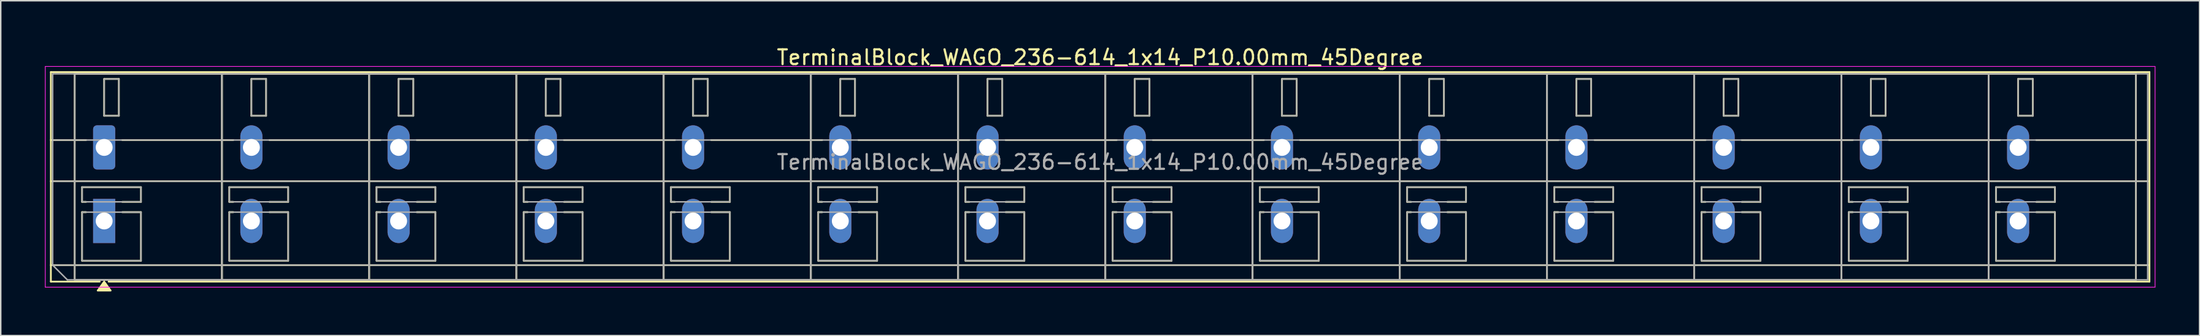
<source format=kicad_pcb>
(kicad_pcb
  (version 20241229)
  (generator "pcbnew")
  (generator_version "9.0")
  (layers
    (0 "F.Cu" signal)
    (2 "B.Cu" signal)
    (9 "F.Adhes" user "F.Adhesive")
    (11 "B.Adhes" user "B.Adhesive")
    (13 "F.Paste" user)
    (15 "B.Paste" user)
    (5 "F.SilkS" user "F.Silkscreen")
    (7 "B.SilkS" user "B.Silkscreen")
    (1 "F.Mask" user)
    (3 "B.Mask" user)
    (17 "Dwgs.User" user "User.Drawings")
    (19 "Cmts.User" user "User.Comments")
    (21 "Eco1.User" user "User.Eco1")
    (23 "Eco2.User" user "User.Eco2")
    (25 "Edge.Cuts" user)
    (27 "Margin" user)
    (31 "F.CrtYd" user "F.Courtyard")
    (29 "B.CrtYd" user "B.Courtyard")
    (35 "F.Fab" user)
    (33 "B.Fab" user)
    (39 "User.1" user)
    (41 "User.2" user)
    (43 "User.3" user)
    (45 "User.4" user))
  (footprint "TerminalBlock_WAGO_236-614_1x14_P10.00mm_45Degree"
    (layer "F.Cu")
    (at 4.025 6.968)
    (property "Reference" "TerminalBlock_WAGO_236-614_1x14_P10.00mm_45Degree" (at 67.65 -6.12 0) (layer "F.SilkS") (effects (font (size 1 1) (thickness 0.15))))
    (attr through_hole)
    (fp_line (start -3.62 -5.12) (end 138.92 -5.12) (stroke (width 0.12) (type solid)) (layer "F.SilkS"))
    (fp_line (start -3.62 -0.5) (end -1.23 -0.5) (stroke (width 0.12) (type solid)) (layer "F.SilkS"))
    (fp_line (start -3.62 2.3) (end 138.92 2.3) (stroke (width 0.12) (type solid)) (layer "F.SilkS"))
    (fp_line (start -3.62 8) (end 138.92 8) (stroke (width 0.12) (type solid)) (layer "F.SilkS"))
    (fp_line (start -3.62 9.12) (end -3.62 -5.12) (stroke (width 0.12) (type solid)) (layer "F.SilkS"))
    (fp_line (start -2 -5) (end 8 -5) (stroke (width 0.12) (type solid)) (layer "F.SilkS"))
    (fp_line (start -2 9) (end -2 -5) (stroke (width 0.12) (type solid)) (layer "F.SilkS"))
    (fp_line (start -1.5 2.7) (end 2.5 2.7) (stroke (width 0.12) (type solid)) (layer "F.SilkS"))
    (fp_line (start -1.5 3.7) (end -1.5 2.7) (stroke (width 0.12) (type solid)) (layer "F.SilkS"))
    (fp_line (start -1.5 4.4) (end -1.23 4.4) (stroke (width 0.12) (type solid)) (layer "F.SilkS"))
    (fp_line (start -1.5 7.7) (end -1.5 4.4) (stroke (width 0.12) (type solid)) (layer "F.SilkS"))
    (fp_line (start -1.23 3.7) (end -1.5 3.7) (stroke (width 0.12) (type solid)) (layer "F.SilkS"))
    (fp_line (start -0.3 9.12) (end -3.62 9.12) (stroke (width 0.12) (type solid)) (layer "F.SilkS"))
    (fp_line (start 0 -4.65) (end 1 -4.65) (stroke (width 0.12) (type solid)) (layer "F.SilkS"))
    (fp_line (start 0 -2.15) (end 0 -4.65) (stroke (width 0.12) (type solid)) (layer "F.SilkS"))
    (fp_line (start 1 -4.65) (end 1 -2.15) (stroke (width 0.12) (type solid)) (layer "F.SilkS"))
    (fp_line (start 1 -2.15) (end 0 -2.15) (stroke (width 0.12) (type solid)) (layer "F.SilkS"))
    (fp_line (start 1.23 -0.5) (end 8.77 -0.5) (stroke (width 0.12) (type solid)) (layer "F.SilkS"))
    (fp_line (start 1.23 4.4) (end 2.5 4.4) (stroke (width 0.12) (type solid)) (layer "F.SilkS"))
    (fp_line (start 2.5 2.7) (end 2.5 3.7) (stroke (width 0.12) (type solid)) (layer "F.SilkS"))
    (fp_line (start 2.5 3.7) (end 1.23 3.7) (stroke (width 0.12) (type solid)) (layer "F.SilkS"))
    (fp_line (start 2.5 4.4) (end 2.5 7.7) (stroke (width 0.12) (type solid)) (layer "F.SilkS"))
    (fp_line (start 2.5 7.7) (end -1.5 7.7) (stroke (width 0.12) (type solid)) (layer "F.SilkS"))
    (fp_line (start 8 -5) (end 8 9) (stroke (width 0.12) (type solid)) (layer "F.SilkS"))
    (fp_line (start 8 -5) (end 18 -5) (stroke (width 0.12) (type solid)) (layer "F.SilkS"))
    (fp_line (start 8 9) (end -2 9) (stroke (width 0.12) (type solid)) (layer "F.SilkS"))
    (fp_line (start 8 9) (end 8 -5) (stroke (width 0.12) (type solid)) (layer "F.SilkS"))
    (fp_line (start 8.5 2.7) (end 12.5 2.7) (stroke (width 0.12) (type solid)) (layer "F.SilkS"))
    (fp_line (start 8.5 3.7) (end 8.5 2.7) (stroke (width 0.12) (type solid)) (layer "F.SilkS"))
    (fp_line (start 8.5 4.4) (end 8.77 4.4) (stroke (width 0.12) (type solid)) (layer "F.SilkS"))
    (fp_line (start 8.5 7.7) (end 8.5 4.4) (stroke (width 0.12) (type solid)) (layer "F.SilkS"))
    (fp_line (start 8.77 3.7) (end 8.5 3.7) (stroke (width 0.12) (type solid)) (layer "F.SilkS"))
    (fp_line (start 10 -4.65) (end 11 -4.65) (stroke (width 0.12) (type solid)) (layer "F.SilkS"))
    (fp_line (start 10 -2.15) (end 10 -4.65) (stroke (width 0.12) (type solid)) (layer "F.SilkS"))
    (fp_line (start 11 -4.65) (end 11 -2.15) (stroke (width 0.12) (type solid)) (layer "F.SilkS"))
    (fp_line (start 11 -2.15) (end 10 -2.15) (stroke (width 0.12) (type solid)) (layer "F.SilkS"))
    (fp_line (start 11.23 -0.5) (end 18.77 -0.5) (stroke (width 0.12) (type solid)) (layer "F.SilkS"))
    (fp_line (start 11.23 4.4) (end 12.5 4.4) (stroke (width 0.12) (type solid)) (layer "F.SilkS"))
    (fp_line (start 12.5 2.7) (end 12.5 3.7) (stroke (width 0.12) (type solid)) (layer "F.SilkS"))
    (fp_line (start 12.5 3.7) (end 11.23 3.7) (stroke (width 0.12) (type solid)) (layer "F.SilkS"))
    (fp_line (start 12.5 4.4) (end 12.5 7.7) (stroke (width 0.12) (type solid)) (layer "F.SilkS"))
    (fp_line (start 12.5 7.7) (end 8.5 7.7) (stroke (width 0.12) (type solid)) (layer "F.SilkS"))
    (fp_line (start 18 -5) (end 18 9) (stroke (width 0.12) (type solid)) (layer "F.SilkS"))
    (fp_line (start 18 -5) (end 28 -5) (stroke (width 0.12) (type solid)) (layer "F.SilkS"))
    (fp_line (start 18 9) (end 8 9) (stroke (width 0.12) (type solid)) (layer "F.SilkS"))
    (fp_line (start 18 9) (end 18 -5) (stroke (width 0.12) (type solid)) (layer "F.SilkS"))
    (fp_line (start 18.5 2.7) (end 22.5 2.7) (stroke (width 0.12) (type solid)) (layer "F.SilkS"))
    (fp_line (start 18.5 3.7) (end 18.5 2.7) (stroke (width 0.12) (type solid)) (layer "F.SilkS"))
    (fp_line (start 18.5 4.4) (end 18.77 4.4) (stroke (width 0.12) (type solid)) (layer "F.SilkS"))
    (fp_line (start 18.5 7.7) (end 18.5 4.4) (stroke (width 0.12) (type solid)) (layer "F.SilkS"))
    (fp_line (start 18.77 3.7) (end 18.5 3.7) (stroke (width 0.12) (type solid)) (layer "F.SilkS"))
    (fp_line (start 20 -4.65) (end 21 -4.65) (stroke (width 0.12) (type solid)) (layer "F.SilkS"))
    (fp_line (start 20 -2.15) (end 20 -4.65) (stroke (width 0.12) (type solid)) (layer "F.SilkS"))
    (fp_line (start 21 -4.65) (end 21 -2.15) (stroke (width 0.12) (type solid)) (layer "F.SilkS"))
    (fp_line (start 21 -2.15) (end 20 -2.15) (stroke (width 0.12) (type solid)) (layer "F.SilkS"))
    (fp_line (start 21.23 -0.5) (end 28.77 -0.5) (stroke (width 0.12) (type solid)) (layer "F.SilkS"))
    (fp_line (start 21.23 4.4) (end 22.5 4.4) (stroke (width 0.12) (type solid)) (layer "F.SilkS"))
    (fp_line (start 22.5 2.7) (end 22.5 3.7) (stroke (width 0.12) (type solid)) (layer "F.SilkS"))
    (fp_line (start 22.5 3.7) (end 21.23 3.7) (stroke (width 0.12) (type solid)) (layer "F.SilkS"))
    (fp_line (start 22.5 4.4) (end 22.5 7.7) (stroke (width 0.12) (type solid)) (layer "F.SilkS"))
    (fp_line (start 22.5 7.7) (end 18.5 7.7) (stroke (width 0.12) (type solid)) (layer "F.SilkS"))
    (fp_line (start 28 -5) (end 28 9) (stroke (width 0.12) (type solid)) (layer "F.SilkS"))
    (fp_line (start 28 -5) (end 38 -5) (stroke (width 0.12) (type solid)) (layer "F.SilkS"))
    (fp_line (start 28 9) (end 18 9) (stroke (width 0.12) (type solid)) (layer "F.SilkS"))
    (fp_line (start 28 9) (end 28 -5) (stroke (width 0.12) (type solid)) (layer "F.SilkS"))
    (fp_line (start 28.5 2.7) (end 32.5 2.7) (stroke (width 0.12) (type solid)) (layer "F.SilkS"))
    (fp_line (start 28.5 3.7) (end 28.5 2.7) (stroke (width 0.12) (type solid)) (layer "F.SilkS"))
    (fp_line (start 28.5 4.4) (end 28.77 4.4) (stroke (width 0.12) (type solid)) (layer "F.SilkS"))
    (fp_line (start 28.5 7.7) (end 28.5 4.4) (stroke (width 0.12) (type solid)) (layer "F.SilkS"))
    (fp_line (start 28.77 3.7) (end 28.5 3.7) (stroke (width 0.12) (type solid)) (layer "F.SilkS"))
    (fp_line (start 30 -4.65) (end 31 -4.65) (stroke (width 0.12) (type solid)) (layer "F.SilkS"))
    (fp_line (start 30 -2.15) (end 30 -4.65) (stroke (width 0.12) (type solid)) (layer "F.SilkS"))
    (fp_line (start 31 -4.65) (end 31 -2.15) (stroke (width 0.12) (type solid)) (layer "F.SilkS"))
    (fp_line (start 31 -2.15) (end 30 -2.15) (stroke (width 0.12) (type solid)) (layer "F.SilkS"))
    (fp_line (start 31.23 -0.5) (end 38.77 -0.5) (stroke (width 0.12) (type solid)) (layer "F.SilkS"))
    (fp_line (start 31.23 4.4) (end 32.5 4.4) (stroke (width 0.12) (type solid)) (layer "F.SilkS"))
    (fp_line (start 32.5 2.7) (end 32.5 3.7) (stroke (width 0.12) (type solid)) (layer "F.SilkS"))
    (fp_line (start 32.5 3.7) (end 31.23 3.7) (stroke (width 0.12) (type solid)) (layer "F.SilkS"))
    (fp_line (start 32.5 4.4) (end 32.5 7.7) (stroke (width 0.12) (type solid)) (layer "F.SilkS"))
    (fp_line (start 32.5 7.7) (end 28.5 7.7) (stroke (width 0.12) (type solid)) (layer "F.SilkS"))
    (fp_line (start 38 -5) (end 38 9) (stroke (width 0.12) (type solid)) (layer "F.SilkS"))
    (fp_line (start 38 -5) (end 48 -5) (stroke (width 0.12) (type solid)) (layer "F.SilkS"))
    (fp_line (start 38 9) (end 28 9) (stroke (width 0.12) (type solid)) (layer "F.SilkS"))
    (fp_line (start 38 9) (end 38 -5) (stroke (width 0.12) (type solid)) (layer "F.SilkS"))
    (fp_line (start 38.5 2.7) (end 42.5 2.7) (stroke (width 0.12) (type solid)) (layer "F.SilkS"))
    (fp_line (start 38.5 3.7) (end 38.5 2.7) (stroke (width 0.12) (type solid)) (layer "F.SilkS"))
    (fp_line (start 38.5 4.4) (end 38.77 4.4) (stroke (width 0.12) (type solid)) (layer "F.SilkS"))
    (fp_line (start 38.5 7.7) (end 38.5 4.4) (stroke (width 0.12) (type solid)) (layer "F.SilkS"))
    (fp_line (start 38.77 3.7) (end 38.5 3.7) (stroke (width 0.12) (type solid)) (layer "F.SilkS"))
    (fp_line (start 40 -4.65) (end 41 -4.65) (stroke (width 0.12) (type solid)) (layer "F.SilkS"))
    (fp_line (start 40 -2.15) (end 40 -4.65) (stroke (width 0.12) (type solid)) (layer "F.SilkS"))
    (fp_line (start 41 -4.65) (end 41 -2.15) (stroke (width 0.12) (type solid)) (layer "F.SilkS"))
    (fp_line (start 41 -2.15) (end 40 -2.15) (stroke (width 0.12) (type solid)) (layer "F.SilkS"))
    (fp_line (start 41.23 -0.5) (end 48.77 -0.5) (stroke (width 0.12) (type solid)) (layer "F.SilkS"))
    (fp_line (start 41.23 4.4) (end 42.5 4.4) (stroke (width 0.12) (type solid)) (layer "F.SilkS"))
    (fp_line (start 42.5 2.7) (end 42.5 3.7) (stroke (width 0.12) (type solid)) (layer "F.SilkS"))
    (fp_line (start 42.5 3.7) (end 41.23 3.7) (stroke (width 0.12) (type solid)) (layer "F.SilkS"))
    (fp_line (start 42.5 4.4) (end 42.5 7.7) (stroke (width 0.12) (type solid)) (layer "F.SilkS"))
    (fp_line (start 42.5 7.7) (end 38.5 7.7) (stroke (width 0.12) (type solid)) (layer "F.SilkS"))
    (fp_line (start 48 -5) (end 48 9) (stroke (width 0.12) (type solid)) (layer "F.SilkS"))
    (fp_line (start 48 -5) (end 58 -5) (stroke (width 0.12) (type solid)) (layer "F.SilkS"))
    (fp_line (start 48 9) (end 38 9) (stroke (width 0.12) (type solid)) (layer "F.SilkS"))
    (fp_line (start 48 9) (end 48 -5) (stroke (width 0.12) (type solid)) (layer "F.SilkS"))
    (fp_line (start 48.5 2.7) (end 52.5 2.7) (stroke (width 0.12) (type solid)) (layer "F.SilkS"))
    (fp_line (start 48.5 3.7) (end 48.5 2.7) (stroke (width 0.12) (type solid)) (layer "F.SilkS"))
    (fp_line (start 48.5 4.4) (end 48.77 4.4) (stroke (width 0.12) (type solid)) (layer "F.SilkS"))
    (fp_line (start 48.5 7.7) (end 48.5 4.4) (stroke (width 0.12) (type solid)) (layer "F.SilkS"))
    (fp_line (start 48.77 3.7) (end 48.5 3.7) (stroke (width 0.12) (type solid)) (layer "F.SilkS"))
    (fp_line (start 50 -4.65) (end 51 -4.65) (stroke (width 0.12) (type solid)) (layer "F.SilkS"))
    (fp_line (start 50 -2.15) (end 50 -4.65) (stroke (width 0.12) (type solid)) (layer "F.SilkS"))
    (fp_line (start 51 -4.65) (end 51 -2.15) (stroke (width 0.12) (type solid)) (layer "F.SilkS"))
    (fp_line (start 51 -2.15) (end 50 -2.15) (stroke (width 0.12) (type solid)) (layer "F.SilkS"))
    (fp_line (start 51.23 -0.5) (end 58.77 -0.5) (stroke (width 0.12) (type solid)) (layer "F.SilkS"))
    (fp_line (start 51.23 4.4) (end 52.5 4.4) (stroke (width 0.12) (type solid)) (layer "F.SilkS"))
    (fp_line (start 52.5 2.7) (end 52.5 3.7) (stroke (width 0.12) (type solid)) (layer "F.SilkS"))
    (fp_line (start 52.5 3.7) (end 51.23 3.7) (stroke (width 0.12) (type solid)) (layer "F.SilkS"))
    (fp_line (start 52.5 4.4) (end 52.5 7.7) (stroke (width 0.12) (type solid)) (layer "F.SilkS"))
    (fp_line (start 52.5 7.7) (end 48.5 7.7) (stroke (width 0.12) (type solid)) (layer "F.SilkS"))
    (fp_line (start 58 -5) (end 58 9) (stroke (width 0.12) (type solid)) (layer "F.SilkS"))
    (fp_line (start 58 -5) (end 68 -5) (stroke (width 0.12) (type solid)) (layer "F.SilkS"))
    (fp_line (start 58 9) (end 48 9) (stroke (width 0.12) (type solid)) (layer "F.SilkS"))
    (fp_line (start 58 9) (end 58 -5) (stroke (width 0.12) (type solid)) (layer "F.SilkS"))
    (fp_line (start 58.5 2.7) (end 62.5 2.7) (stroke (width 0.12) (type solid)) (layer "F.SilkS"))
    (fp_line (start 58.5 3.7) (end 58.5 2.7) (stroke (width 0.12) (type solid)) (layer "F.SilkS"))
    (fp_line (start 58.5 4.4) (end 58.77 4.4) (stroke (width 0.12) (type solid)) (layer "F.SilkS"))
    (fp_line (start 58.5 7.7) (end 58.5 4.4) (stroke (width 0.12) (type solid)) (layer "F.SilkS"))
    (fp_line (start 58.77 3.7) (end 58.5 3.7) (stroke (width 0.12) (type solid)) (layer "F.SilkS"))
    (fp_line (start 60 -4.65) (end 61 -4.65) (stroke (width 0.12) (type solid)) (layer "F.SilkS"))
    (fp_line (start 60 -2.15) (end 60 -4.65) (stroke (width 0.12) (type solid)) (layer "F.SilkS"))
    (fp_line (start 61 -4.65) (end 61 -2.15) (stroke (width 0.12) (type solid)) (layer "F.SilkS"))
    (fp_line (start 61 -2.15) (end 60 -2.15) (stroke (width 0.12) (type solid)) (layer "F.SilkS"))
    (fp_line (start 61.23 -0.5) (end 68.77 -0.5) (stroke (width 0.12) (type solid)) (layer "F.SilkS"))
    (fp_line (start 61.23 4.4) (end 62.5 4.4) (stroke (width 0.12) (type solid)) (layer "F.SilkS"))
    (fp_line (start 62.5 2.7) (end 62.5 3.7) (stroke (width 0.12) (type solid)) (layer "F.SilkS"))
    (fp_line (start 62.5 3.7) (end 61.23 3.7) (stroke (width 0.12) (type solid)) (layer "F.SilkS"))
    (fp_line (start 62.5 4.4) (end 62.5 7.7) (stroke (width 0.12) (type solid)) (layer "F.SilkS"))
    (fp_line (start 62.5 7.7) (end 58.5 7.7) (stroke (width 0.12) (type solid)) (layer "F.SilkS"))
    (fp_line (start 68 -5) (end 68 9) (stroke (width 0.12) (type solid)) (layer "F.SilkS"))
    (fp_line (start 68 -5) (end 78 -5) (stroke (width 0.12) (type solid)) (layer "F.SilkS"))
    (fp_line (start 68 9) (end 58 9) (stroke (width 0.12) (type solid)) (layer "F.SilkS"))
    (fp_line (start 68 9) (end 68 -5) (stroke (width 0.12) (type solid)) (layer "F.SilkS"))
    (fp_line (start 68.5 2.7) (end 72.5 2.7) (stroke (width 0.12) (type solid)) (layer "F.SilkS"))
    (fp_line (start 68.5 3.7) (end 68.5 2.7) (stroke (width 0.12) (type solid)) (layer "F.SilkS"))
    (fp_line (start 68.5 4.4) (end 68.77 4.4) (stroke (width 0.12) (type solid)) (layer "F.SilkS"))
    (fp_line (start 68.5 7.7) (end 68.5 4.4) (stroke (width 0.12) (type solid)) (layer "F.SilkS"))
    (fp_line (start 68.77 3.7) (end 68.5 3.7) (stroke (width 0.12) (type solid)) (layer "F.SilkS"))
    (fp_line (start 70 -4.65) (end 71 -4.65) (stroke (width 0.12) (type solid)) (layer "F.SilkS"))
    (fp_line (start 70 -2.15) (end 70 -4.65) (stroke (width 0.12) (type solid)) (layer "F.SilkS"))
    (fp_line (start 71 -4.65) (end 71 -2.15) (stroke (width 0.12) (type solid)) (layer "F.SilkS"))
    (fp_line (start 71 -2.15) (end 70 -2.15) (stroke (width 0.12) (type solid)) (layer "F.SilkS"))
    (fp_line (start 71.23 -0.5) (end 78.77 -0.5) (stroke (width 0.12) (type solid)) (layer "F.SilkS"))
    (fp_line (start 71.23 4.4) (end 72.5 4.4) (stroke (width 0.12) (type solid)) (layer "F.SilkS"))
    (fp_line (start 72.5 2.7) (end 72.5 3.7) (stroke (width 0.12) (type solid)) (layer "F.SilkS"))
    (fp_line (start 72.5 3.7) (end 71.23 3.7) (stroke (width 0.12) (type solid)) (layer "F.SilkS"))
    (fp_line (start 72.5 4.4) (end 72.5 7.7) (stroke (width 0.12) (type solid)) (layer "F.SilkS"))
    (fp_line (start 72.5 7.7) (end 68.5 7.7) (stroke (width 0.12) (type solid)) (layer "F.SilkS"))
    (fp_line (start 78 -5) (end 78 9) (stroke (width 0.12) (type solid)) (layer "F.SilkS"))
    (fp_line (start 78 -5) (end 88 -5) (stroke (width 0.12) (type solid)) (layer "F.SilkS"))
    (fp_line (start 78 9) (end 68 9) (stroke (width 0.12) (type solid)) (layer "F.SilkS"))
    (fp_line (start 78 9) (end 78 -5) (stroke (width 0.12) (type solid)) (layer "F.SilkS"))
    (fp_line (start 78.5 2.7) (end 82.5 2.7) (stroke (width 0.12) (type solid)) (layer "F.SilkS"))
    (fp_line (start 78.5 3.7) (end 78.5 2.7) (stroke (width 0.12) (type solid)) (layer "F.SilkS"))
    (fp_line (start 78.5 4.4) (end 78.77 4.4) (stroke (width 0.12) (type solid)) (layer "F.SilkS"))
    (fp_line (start 78.5 7.7) (end 78.5 4.4) (stroke (width 0.12) (type solid)) (layer "F.SilkS"))
    (fp_line (start 78.77 3.7) (end 78.5 3.7) (stroke (width 0.12) (type solid)) (layer "F.SilkS"))
    (fp_line (start 80 -4.65) (end 81 -4.65) (stroke (width 0.12) (type solid)) (layer "F.SilkS"))
    (fp_line (start 80 -2.15) (end 80 -4.65) (stroke (width 0.12) (type solid)) (layer "F.SilkS"))
    (fp_line (start 81 -4.65) (end 81 -2.15) (stroke (width 0.12) (type solid)) (layer "F.SilkS"))
    (fp_line (start 81 -2.15) (end 80 -2.15) (stroke (width 0.12) (type solid)) (layer "F.SilkS"))
    (fp_line (start 81.23 -0.5) (end 88.77 -0.5) (stroke (width 0.12) (type solid)) (layer "F.SilkS"))
    (fp_line (start 81.23 4.4) (end 82.5 4.4) (stroke (width 0.12) (type solid)) (layer "F.SilkS"))
    (fp_line (start 82.5 2.7) (end 82.5 3.7) (stroke (width 0.12) (type solid)) (layer "F.SilkS"))
    (fp_line (start 82.5 3.7) (end 81.23 3.7) (stroke (width 0.12) (type solid)) (layer "F.SilkS"))
    (fp_line (start 82.5 4.4) (end 82.5 7.7) (stroke (width 0.12) (type solid)) (layer "F.SilkS"))
    (fp_line (start 82.5 7.7) (end 78.5 7.7) (stroke (width 0.12) (type solid)) (layer "F.SilkS"))
    (fp_line (start 88 -5) (end 88 9) (stroke (width 0.12) (type solid)) (layer "F.SilkS"))
    (fp_line (start 88 -5) (end 98 -5) (stroke (width 0.12) (type solid)) (layer "F.SilkS"))
    (fp_line (start 88 9) (end 78 9) (stroke (width 0.12) (type solid)) (layer "F.SilkS"))
    (fp_line (start 88 9) (end 88 -5) (stroke (width 0.12) (type solid)) (layer "F.SilkS"))
    (fp_line (start 88.5 2.7) (end 92.5 2.7) (stroke (width 0.12) (type solid)) (layer "F.SilkS"))
    (fp_line (start 88.5 3.7) (end 88.5 2.7) (stroke (width 0.12) (type solid)) (layer "F.SilkS"))
    (fp_line (start 88.5 4.4) (end 88.77 4.4) (stroke (width 0.12) (type solid)) (layer "F.SilkS"))
    (fp_line (start 88.5 7.7) (end 88.5 4.4) (stroke (width 0.12) (type solid)) (layer "F.SilkS"))
    (fp_line (start 88.77 3.7) (end 88.5 3.7) (stroke (width 0.12) (type solid)) (layer "F.SilkS"))
    (fp_line (start 90 -4.65) (end 91 -4.65) (stroke (width 0.12) (type solid)) (layer "F.SilkS"))
    (fp_line (start 90 -2.15) (end 90 -4.65) (stroke (width 0.12) (type solid)) (layer "F.SilkS"))
    (fp_line (start 91 -4.65) (end 91 -2.15) (stroke (width 0.12) (type solid)) (layer "F.SilkS"))
    (fp_line (start 91 -2.15) (end 90 -2.15) (stroke (width 0.12) (type solid)) (layer "F.SilkS"))
    (fp_line (start 91.23 -0.5) (end 98.77 -0.5) (stroke (width 0.12) (type solid)) (layer "F.SilkS"))
    (fp_line (start 91.23 4.4) (end 92.5 4.4) (stroke (width 0.12) (type solid)) (layer "F.SilkS"))
    (fp_line (start 92.5 2.7) (end 92.5 3.7) (stroke (width 0.12) (type solid)) (layer "F.SilkS"))
    (fp_line (start 92.5 3.7) (end 91.23 3.7) (stroke (width 0.12) (type solid)) (layer "F.SilkS"))
    (fp_line (start 92.5 4.4) (end 92.5 7.7) (stroke (width 0.12) (type solid)) (layer "F.SilkS"))
    (fp_line (start 92.5 7.7) (end 88.5 7.7) (stroke (width 0.12) (type solid)) (layer "F.SilkS"))
    (fp_line (start 98 -5) (end 98 9) (stroke (width 0.12) (type solid)) (layer "F.SilkS"))
    (fp_line (start 98 -5) (end 108 -5) (stroke (width 0.12) (type solid)) (layer "F.SilkS"))
    (fp_line (start 98 9) (end 88 9) (stroke (width 0.12) (type solid)) (layer "F.SilkS"))
    (fp_line (start 98 9) (end 98 -5) (stroke (width 0.12) (type solid)) (layer "F.SilkS"))
    (fp_line (start 98.5 2.7) (end 102.5 2.7) (stroke (width 0.12) (type solid)) (layer "F.SilkS"))
    (fp_line (start 98.5 3.7) (end 98.5 2.7) (stroke (width 0.12) (type solid)) (layer "F.SilkS"))
    (fp_line (start 98.5 4.4) (end 98.77 4.4) (stroke (width 0.12) (type solid)) (layer "F.SilkS"))
    (fp_line (start 98.5 7.7) (end 98.5 4.4) (stroke (width 0.12) (type solid)) (layer "F.SilkS"))
    (fp_line (start 98.77 3.7) (end 98.5 3.7) (stroke (width 0.12) (type solid)) (layer "F.SilkS"))
    (fp_line (start 100 -4.65) (end 101 -4.65) (stroke (width 0.12) (type solid)) (layer "F.SilkS"))
    (fp_line (start 100 -2.15) (end 100 -4.65) (stroke (width 0.12) (type solid)) (layer "F.SilkS"))
    (fp_line (start 101 -4.65) (end 101 -2.15) (stroke (width 0.12) (type solid)) (layer "F.SilkS"))
    (fp_line (start 101 -2.15) (end 100 -2.15) (stroke (width 0.12) (type solid)) (layer "F.SilkS"))
    (fp_line (start 101.23 -0.5) (end 108.77 -0.5) (stroke (width 0.12) (type solid)) (layer "F.SilkS"))
    (fp_line (start 101.23 4.4) (end 102.5 4.4) (stroke (width 0.12) (type solid)) (layer "F.SilkS"))
    (fp_line (start 102.5 2.7) (end 102.5 3.7) (stroke (width 0.12) (type solid)) (layer "F.SilkS"))
    (fp_line (start 102.5 3.7) (end 101.23 3.7) (stroke (width 0.12) (type solid)) (layer "F.SilkS"))
    (fp_line (start 102.5 4.4) (end 102.5 7.7) (stroke (width 0.12) (type solid)) (layer "F.SilkS"))
    (fp_line (start 102.5 7.7) (end 98.5 7.7) (stroke (width 0.12) (type solid)) (layer "F.SilkS"))
    (fp_line (start 108 -5) (end 108 9) (stroke (width 0.12) (type solid)) (layer "F.SilkS"))
    (fp_line (start 108 -5) (end 118 -5) (stroke (width 0.12) (type solid)) (layer "F.SilkS"))
    (fp_line (start 108 9) (end 98 9) (stroke (width 0.12) (type solid)) (layer "F.SilkS"))
    (fp_line (start 108 9) (end 108 -5) (stroke (width 0.12) (type solid)) (layer "F.SilkS"))
    (fp_line (start 108.5 2.7) (end 112.5 2.7) (stroke (width 0.12) (type solid)) (layer "F.SilkS"))
    (fp_line (start 108.5 3.7) (end 108.5 2.7) (stroke (width 0.12) (type solid)) (layer "F.SilkS"))
    (fp_line (start 108.5 4.4) (end 108.77 4.4) (stroke (width 0.12) (type solid)) (layer "F.SilkS"))
    (fp_line (start 108.5 7.7) (end 108.5 4.4) (stroke (width 0.12) (type solid)) (layer "F.SilkS"))
    (fp_line (start 108.77 3.7) (end 108.5 3.7) (stroke (width 0.12) (type solid)) (layer "F.SilkS"))
    (fp_line (start 110 -4.65) (end 111 -4.65) (stroke (width 0.12) (type solid)) (layer "F.SilkS"))
    (fp_line (start 110 -2.15) (end 110 -4.65) (stroke (width 0.12) (type solid)) (layer "F.SilkS"))
    (fp_line (start 111 -4.65) (end 111 -2.15) (stroke (width 0.12) (type solid)) (layer "F.SilkS"))
    (fp_line (start 111 -2.15) (end 110 -2.15) (stroke (width 0.12) (type solid)) (layer "F.SilkS"))
    (fp_line (start 111.23 -0.5) (end 118.77 -0.5) (stroke (width 0.12) (type solid)) (layer "F.SilkS"))
    (fp_line (start 111.23 4.4) (end 112.5 4.4) (stroke (width 0.12) (type solid)) (layer "F.SilkS"))
    (fp_line (start 112.5 2.7) (end 112.5 3.7) (stroke (width 0.12) (type solid)) (layer "F.SilkS"))
    (fp_line (start 112.5 3.7) (end 111.23 3.7) (stroke (width 0.12) (type solid)) (layer "F.SilkS"))
    (fp_line (start 112.5 4.4) (end 112.5 7.7) (stroke (width 0.12) (type solid)) (layer "F.SilkS"))
    (fp_line (start 112.5 7.7) (end 108.5 7.7) (stroke (width 0.12) (type solid)) (layer "F.SilkS"))
    (fp_line (start 118 -5) (end 118 9) (stroke (width 0.12) (type solid)) (layer "F.SilkS"))
    (fp_line (start 118 -5) (end 128 -5) (stroke (width 0.12) (type solid)) (layer "F.SilkS"))
    (fp_line (start 118 9) (end 108 9) (stroke (width 0.12) (type solid)) (layer "F.SilkS"))
    (fp_line (start 118 9) (end 118 -5) (stroke (width 0.12) (type solid)) (layer "F.SilkS"))
    (fp_line (start 118.5 2.7) (end 122.5 2.7) (stroke (width 0.12) (type solid)) (layer "F.SilkS"))
    (fp_line (start 118.5 3.7) (end 118.5 2.7) (stroke (width 0.12) (type solid)) (layer "F.SilkS"))
    (fp_line (start 118.5 4.4) (end 118.77 4.4) (stroke (width 0.12) (type solid)) (layer "F.SilkS"))
    (fp_line (start 118.5 7.7) (end 118.5 4.4) (stroke (width 0.12) (type solid)) (layer "F.SilkS"))
    (fp_line (start 118.77 3.7) (end 118.5 3.7) (stroke (width 0.12) (type solid)) (layer "F.SilkS"))
    (fp_line (start 120 -4.65) (end 121 -4.65) (stroke (width 0.12) (type solid)) (layer "F.SilkS"))
    (fp_line (start 120 -2.15) (end 120 -4.65) (stroke (width 0.12) (type solid)) (layer "F.SilkS"))
    (fp_line (start 121 -4.65) (end 121 -2.15) (stroke (width 0.12) (type solid)) (layer "F.SilkS"))
    (fp_line (start 121 -2.15) (end 120 -2.15) (stroke (width 0.12) (type solid)) (layer "F.SilkS"))
    (fp_line (start 121.23 -0.5) (end 128.77 -0.5) (stroke (width 0.12) (type solid)) (layer "F.SilkS"))
    (fp_line (start 121.23 4.4) (end 122.5 4.4) (stroke (width 0.12) (type solid)) (layer "F.SilkS"))
    (fp_line (start 122.5 2.7) (end 122.5 3.7) (stroke (width 0.12) (type solid)) (layer "F.SilkS"))
    (fp_line (start 122.5 3.7) (end 121.23 3.7) (stroke (width 0.12) (type solid)) (layer "F.SilkS"))
    (fp_line (start 122.5 4.4) (end 122.5 7.7) (stroke (width 0.12) (type solid)) (layer "F.SilkS"))
    (fp_line (start 122.5 7.7) (end 118.5 7.7) (stroke (width 0.12) (type solid)) (layer "F.SilkS"))
    (fp_line (start 128 -5) (end 128 9) (stroke (width 0.12) (type solid)) (layer "F.SilkS"))
    (fp_line (start 128 -5) (end 138 -5) (stroke (width 0.12) (type solid)) (layer "F.SilkS"))
    (fp_line (start 128 9) (end 118 9) (stroke (width 0.12) (type solid)) (layer "F.SilkS"))
    (fp_line (start 128 9) (end 128 -5) (stroke (width 0.12) (type solid)) (layer "F.SilkS"))
    (fp_line (start 128.5 2.7) (end 132.5 2.7) (stroke (width 0.12) (type solid)) (layer "F.SilkS"))
    (fp_line (start 128.5 3.7) (end 128.5 2.7) (stroke (width 0.12) (type solid)) (layer "F.SilkS"))
    (fp_line (start 128.5 4.4) (end 128.77 4.4) (stroke (width 0.12) (type solid)) (layer "F.SilkS"))
    (fp_line (start 128.5 7.7) (end 128.5 4.4) (stroke (width 0.12) (type solid)) (layer "F.SilkS"))
    (fp_line (start 128.77 3.7) (end 128.5 3.7) (stroke (width 0.12) (type solid)) (layer "F.SilkS"))
    (fp_line (start 130 -4.65) (end 131 -4.65) (stroke (width 0.12) (type solid)) (layer "F.SilkS"))
    (fp_line (start 130 -2.15) (end 130 -4.65) (stroke (width 0.12) (type solid)) (layer "F.SilkS"))
    (fp_line (start 131 -4.65) (end 131 -2.15) (stroke (width 0.12) (type solid)) (layer "F.SilkS"))
    (fp_line (start 131 -2.15) (end 130 -2.15) (stroke (width 0.12) (type solid)) (layer "F.SilkS"))
    (fp_line (start 131.23 -0.5) (end 138.92 -0.5) (stroke (width 0.12) (type solid)) (layer "F.SilkS"))
    (fp_line (start 131.23 4.4) (end 132.5 4.4) (stroke (width 0.12) (type solid)) (layer "F.SilkS"))
    (fp_line (start 132.5 2.7) (end 132.5 3.7) (stroke (width 0.12) (type solid)) (layer "F.SilkS"))
    (fp_line (start 132.5 3.7) (end 131.23 3.7) (stroke (width 0.12) (type solid)) (layer "F.SilkS"))
    (fp_line (start 132.5 4.4) (end 132.5 7.7) (stroke (width 0.12) (type solid)) (layer "F.SilkS"))
    (fp_line (start 132.5 7.7) (end 128.5 7.7) (stroke (width 0.12) (type solid)) (layer "F.SilkS"))
    (fp_line (start 138 -5) (end 138 9) (stroke (width 0.12) (type solid)) (layer "F.SilkS"))
    (fp_line (start 138 9) (end 128 9) (stroke (width 0.12) (type solid)) (layer "F.SilkS"))
    (fp_line (start 138.92 -5.12) (end 138.92 9.12) (stroke (width 0.12) (type solid)) (layer "F.SilkS"))
    (fp_line (start 138.92 9.12) (end 0.3 9.12) (stroke (width 0.12) (type solid)) (layer "F.SilkS"))
    (fp_poly (pts (xy 0 9.12) (xy 0.44 9.73) (xy -0.44 9.73)) (stroke (width 0.12) (type solid)) (fill yes) (layer "F.SilkS"))
    (fp_line (start -4 -5.5) (end -4 9.5) (stroke (width 0.05) (type solid)) (layer "F.CrtYd"))
    (fp_line (start -4 9.5) (end 139.3 9.5) (stroke (width 0.05) (type solid)) (layer "F.CrtYd"))
    (fp_line (start 139.3 -5.5) (end -4 -5.5) (stroke (width 0.05) (type solid)) (layer "F.CrtYd"))
    (fp_line (start 139.3 9.5) (end 139.3 -5.5) (stroke (width 0.05) (type solid)) (layer "F.CrtYd"))
    (fp_line (start -3.5 -5) (end 138.8 -5) (stroke (width 0.1) (type solid)) (layer "F.Fab"))
    (fp_line (start -3.5 -0.5) (end 138.8 -0.5) (stroke (width 0.1) (type solid)) (layer "F.Fab"))
    (fp_line (start -3.5 2.3) (end 138.8 2.3) (stroke (width 0.1) (type solid)) (layer "F.Fab"))
    (fp_line (start -3.5 8) (end -3.5 -5) (stroke (width 0.1) (type solid)) (layer "F.Fab"))
    (fp_line (start -3.5 8) (end 138.8 8) (stroke (width 0.1) (type solid)) (layer "F.Fab"))
    (fp_line (start -2.5 9) (end -3.5 8) (stroke (width 0.1) (type solid)) (layer "F.Fab"))
    (fp_line (start -2 -5) (end -2 9) (stroke (width 0.1) (type solid)) (layer "F.Fab"))
    (fp_line (start -2 9) (end 8 9) (stroke (width 0.1) (type solid)) (layer "F.Fab"))
    (fp_line (start -1.5 2.7) (end -1.5 3.7) (stroke (width 0.1) (type solid)) (layer "F.Fab"))
    (fp_line (start -1.5 3.7) (end 2.5 3.7) (stroke (width 0.1) (type solid)) (layer "F.Fab"))
    (fp_line (start -1.5 4.4) (end -1.5 7.7) (stroke (width 0.1) (type solid)) (layer "F.Fab"))
    (fp_line (start -1.5 7.7) (end 2.5 7.7) (stroke (width 0.1) (type solid)) (layer "F.Fab"))
    (fp_line (start 0 -4.65) (end 0 -2.15) (stroke (width 0.1) (type solid)) (layer "F.Fab"))
    (fp_line (start 0 -2.15) (end 1 -2.15) (stroke (width 0.1) (type solid)) (layer "F.Fab"))
    (fp_line (start 1 -4.65) (end 0 -4.65) (stroke (width 0.1) (type solid)) (layer "F.Fab"))
    (fp_line (start 1 -2.15) (end 1 -4.65) (stroke (width 0.1) (type solid)) (layer "F.Fab"))
    (fp_line (start 2.5 2.7) (end -1.5 2.7) (stroke (width 0.1) (type solid)) (layer "F.Fab"))
    (fp_line (start 2.5 3.7) (end 2.5 2.7) (stroke (width 0.1) (type solid)) (layer "F.Fab"))
    (fp_line (start 2.5 4.4) (end -1.5 4.4) (stroke (width 0.1) (type solid)) (layer "F.Fab"))
    (fp_line (start 2.5 7.7) (end 2.5 4.4) (stroke (width 0.1) (type solid)) (layer "F.Fab"))
    (fp_line (start 8 -5) (end -2 -5) (stroke (width 0.1) (type solid)) (layer "F.Fab"))
    (fp_line (start 8 -5) (end 8 9) (stroke (width 0.1) (type solid)) (layer "F.Fab"))
    (fp_line (start 8 9) (end 8 -5) (stroke (width 0.1) (type solid)) (layer "F.Fab"))
    (fp_line (start 8 9) (end 18 9) (stroke (width 0.1) (type solid)) (layer "F.Fab"))
    (fp_line (start 8.5 2.7) (end 8.5 3.7) (stroke (width 0.1) (type solid)) (layer "F.Fab"))
    (fp_line (start 8.5 3.7) (end 12.5 3.7) (stroke (width 0.1) (type solid)) (layer "F.Fab"))
    (fp_line (start 8.5 4.4) (end 8.5 7.7) (stroke (width 0.1) (type solid)) (layer "F.Fab"))
    (fp_line (start 8.5 7.7) (end 12.5 7.7) (stroke (width 0.1) (type solid)) (layer "F.Fab"))
    (fp_line (start 10 -4.65) (end 10 -2.15) (stroke (width 0.1) (type solid)) (layer "F.Fab"))
    (fp_line (start 10 -2.15) (end 11 -2.15) (stroke (width 0.1) (type solid)) (layer "F.Fab"))
    (fp_line (start 11 -4.65) (end 10 -4.65) (stroke (width 0.1) (type solid)) (layer "F.Fab"))
    (fp_line (start 11 -2.15) (end 11 -4.65) (stroke (width 0.1) (type solid)) (layer "F.Fab"))
    (fp_line (start 12.5 2.7) (end 8.5 2.7) (stroke (width 0.1) (type solid)) (layer "F.Fab"))
    (fp_line (start 12.5 3.7) (end 12.5 2.7) (stroke (width 0.1) (type solid)) (layer "F.Fab"))
    (fp_line (start 12.5 4.4) (end 8.5 4.4) (stroke (width 0.1) (type solid)) (layer "F.Fab"))
    (fp_line (start 12.5 7.7) (end 12.5 4.4) (stroke (width 0.1) (type solid)) (layer "F.Fab"))
    (fp_line (start 18 -5) (end 8 -5) (stroke (width 0.1) (type solid)) (layer "F.Fab"))
    (fp_line (start 18 -5) (end 18 9) (stroke (width 0.1) (type solid)) (layer "F.Fab"))
    (fp_line (start 18 9) (end 18 -5) (stroke (width 0.1) (type solid)) (layer "F.Fab"))
    (fp_line (start 18 9) (end 28 9) (stroke (width 0.1) (type solid)) (layer "F.Fab"))
    (fp_line (start 18.5 2.7) (end 18.5 3.7) (stroke (width 0.1) (type solid)) (layer "F.Fab"))
    (fp_line (start 18.5 3.7) (end 22.5 3.7) (stroke (width 0.1) (type solid)) (layer "F.Fab"))
    (fp_line (start 18.5 4.4) (end 18.5 7.7) (stroke (width 0.1) (type solid)) (layer "F.Fab"))
    (fp_line (start 18.5 7.7) (end 22.5 7.7) (stroke (width 0.1) (type solid)) (layer "F.Fab"))
    (fp_line (start 20 -4.65) (end 20 -2.15) (stroke (width 0.1) (type solid)) (layer "F.Fab"))
    (fp_line (start 20 -2.15) (end 21 -2.15) (stroke (width 0.1) (type solid)) (layer "F.Fab"))
    (fp_line (start 21 -4.65) (end 20 -4.65) (stroke (width 0.1) (type solid)) (layer "F.Fab"))
    (fp_line (start 21 -2.15) (end 21 -4.65) (stroke (width 0.1) (type solid)) (layer "F.Fab"))
    (fp_line (start 22.5 2.7) (end 18.5 2.7) (stroke (width 0.1) (type solid)) (layer "F.Fab"))
    (fp_line (start 22.5 3.7) (end 22.5 2.7) (stroke (width 0.1) (type solid)) (layer "F.Fab"))
    (fp_line (start 22.5 4.4) (end 18.5 4.4) (stroke (width 0.1) (type solid)) (layer "F.Fab"))
    (fp_line (start 22.5 7.7) (end 22.5 4.4) (stroke (width 0.1) (type solid)) (layer "F.Fab"))
    (fp_line (start 28 -5) (end 18 -5) (stroke (width 0.1) (type solid)) (layer "F.Fab"))
    (fp_line (start 28 -5) (end 28 9) (stroke (width 0.1) (type solid)) (layer "F.Fab"))
    (fp_line (start 28 9) (end 28 -5) (stroke (width 0.1) (type solid)) (layer "F.Fab"))
    (fp_line (start 28 9) (end 38 9) (stroke (width 0.1) (type solid)) (layer "F.Fab"))
    (fp_line (start 28.5 2.7) (end 28.5 3.7) (stroke (width 0.1) (type solid)) (layer "F.Fab"))
    (fp_line (start 28.5 3.7) (end 32.5 3.7) (stroke (width 0.1) (type solid)) (layer "F.Fab"))
    (fp_line (start 28.5 4.4) (end 28.5 7.7) (stroke (width 0.1) (type solid)) (layer "F.Fab"))
    (fp_line (start 28.5 7.7) (end 32.5 7.7) (stroke (width 0.1) (type solid)) (layer "F.Fab"))
    (fp_line (start 30 -4.65) (end 30 -2.15) (stroke (width 0.1) (type solid)) (layer "F.Fab"))
    (fp_line (start 30 -2.15) (end 31 -2.15) (stroke (width 0.1) (type solid)) (layer "F.Fab"))
    (fp_line (start 31 -4.65) (end 30 -4.65) (stroke (width 0.1) (type solid)) (layer "F.Fab"))
    (fp_line (start 31 -2.15) (end 31 -4.65) (stroke (width 0.1) (type solid)) (layer "F.Fab"))
    (fp_line (start 32.5 2.7) (end 28.5 2.7) (stroke (width 0.1) (type solid)) (layer "F.Fab"))
    (fp_line (start 32.5 3.7) (end 32.5 2.7) (stroke (width 0.1) (type solid)) (layer "F.Fab"))
    (fp_line (start 32.5 4.4) (end 28.5 4.4) (stroke (width 0.1) (type solid)) (layer "F.Fab"))
    (fp_line (start 32.5 7.7) (end 32.5 4.4) (stroke (width 0.1) (type solid)) (layer "F.Fab"))
    (fp_line (start 38 -5) (end 28 -5) (stroke (width 0.1) (type solid)) (layer "F.Fab"))
    (fp_line (start 38 -5) (end 38 9) (stroke (width 0.1) (type solid)) (layer "F.Fab"))
    (fp_line (start 38 9) (end 38 -5) (stroke (width 0.1) (type solid)) (layer "F.Fab"))
    (fp_line (start 38 9) (end 48 9) (stroke (width 0.1) (type solid)) (layer "F.Fab"))
    (fp_line (start 38.5 2.7) (end 38.5 3.7) (stroke (width 0.1) (type solid)) (layer "F.Fab"))
    (fp_line (start 38.5 3.7) (end 42.5 3.7) (stroke (width 0.1) (type solid)) (layer "F.Fab"))
    (fp_line (start 38.5 4.4) (end 38.5 7.7) (stroke (width 0.1) (type solid)) (layer "F.Fab"))
    (fp_line (start 38.5 7.7) (end 42.5 7.7) (stroke (width 0.1) (type solid)) (layer "F.Fab"))
    (fp_line (start 40 -4.65) (end 40 -2.15) (stroke (width 0.1) (type solid)) (layer "F.Fab"))
    (fp_line (start 40 -2.15) (end 41 -2.15) (stroke (width 0.1) (type solid)) (layer "F.Fab"))
    (fp_line (start 41 -4.65) (end 40 -4.65) (stroke (width 0.1) (type solid)) (layer "F.Fab"))
    (fp_line (start 41 -2.15) (end 41 -4.65) (stroke (width 0.1) (type solid)) (layer "F.Fab"))
    (fp_line (start 42.5 2.7) (end 38.5 2.7) (stroke (width 0.1) (type solid)) (layer "F.Fab"))
    (fp_line (start 42.5 3.7) (end 42.5 2.7) (stroke (width 0.1) (type solid)) (layer "F.Fab"))
    (fp_line (start 42.5 4.4) (end 38.5 4.4) (stroke (width 0.1) (type solid)) (layer "F.Fab"))
    (fp_line (start 42.5 7.7) (end 42.5 4.4) (stroke (width 0.1) (type solid)) (layer "F.Fab"))
    (fp_line (start 48 -5) (end 38 -5) (stroke (width 0.1) (type solid)) (layer "F.Fab"))
    (fp_line (start 48 -5) (end 48 9) (stroke (width 0.1) (type solid)) (layer "F.Fab"))
    (fp_line (start 48 9) (end 48 -5) (stroke (width 0.1) (type solid)) (layer "F.Fab"))
    (fp_line (start 48 9) (end 58 9) (stroke (width 0.1) (type solid)) (layer "F.Fab"))
    (fp_line (start 48.5 2.7) (end 48.5 3.7) (stroke (width 0.1) (type solid)) (layer "F.Fab"))
    (fp_line (start 48.5 3.7) (end 52.5 3.7) (stroke (width 0.1) (type solid)) (layer "F.Fab"))
    (fp_line (start 48.5 4.4) (end 48.5 7.7) (stroke (width 0.1) (type solid)) (layer "F.Fab"))
    (fp_line (start 48.5 7.7) (end 52.5 7.7) (stroke (width 0.1) (type solid)) (layer "F.Fab"))
    (fp_line (start 50 -4.65) (end 50 -2.15) (stroke (width 0.1) (type solid)) (layer "F.Fab"))
    (fp_line (start 50 -2.15) (end 51 -2.15) (stroke (width 0.1) (type solid)) (layer "F.Fab"))
    (fp_line (start 51 -4.65) (end 50 -4.65) (stroke (width 0.1) (type solid)) (layer "F.Fab"))
    (fp_line (start 51 -2.15) (end 51 -4.65) (stroke (width 0.1) (type solid)) (layer "F.Fab"))
    (fp_line (start 52.5 2.7) (end 48.5 2.7) (stroke (width 0.1) (type solid)) (layer "F.Fab"))
    (fp_line (start 52.5 3.7) (end 52.5 2.7) (stroke (width 0.1) (type solid)) (layer "F.Fab"))
    (fp_line (start 52.5 4.4) (end 48.5 4.4) (stroke (width 0.1) (type solid)) (layer "F.Fab"))
    (fp_line (start 52.5 7.7) (end 52.5 4.4) (stroke (width 0.1) (type solid)) (layer "F.Fab"))
    (fp_line (start 58 -5) (end 48 -5) (stroke (width 0.1) (type solid)) (layer "F.Fab"))
    (fp_line (start 58 -5) (end 58 9) (stroke (width 0.1) (type solid)) (layer "F.Fab"))
    (fp_line (start 58 9) (end 58 -5) (stroke (width 0.1) (type solid)) (layer "F.Fab"))
    (fp_line (start 58 9) (end 68 9) (stroke (width 0.1) (type solid)) (layer "F.Fab"))
    (fp_line (start 58.5 2.7) (end 58.5 3.7) (stroke (width 0.1) (type solid)) (layer "F.Fab"))
    (fp_line (start 58.5 3.7) (end 62.5 3.7) (stroke (width 0.1) (type solid)) (layer "F.Fab"))
    (fp_line (start 58.5 4.4) (end 58.5 7.7) (stroke (width 0.1) (type solid)) (layer "F.Fab"))
    (fp_line (start 58.5 7.7) (end 62.5 7.7) (stroke (width 0.1) (type solid)) (layer "F.Fab"))
    (fp_line (start 60 -4.65) (end 60 -2.15) (stroke (width 0.1) (type solid)) (layer "F.Fab"))
    (fp_line (start 60 -2.15) (end 61 -2.15) (stroke (width 0.1) (type solid)) (layer "F.Fab"))
    (fp_line (start 61 -4.65) (end 60 -4.65) (stroke (width 0.1) (type solid)) (layer "F.Fab"))
    (fp_line (start 61 -2.15) (end 61 -4.65) (stroke (width 0.1) (type solid)) (layer "F.Fab"))
    (fp_line (start 62.5 2.7) (end 58.5 2.7) (stroke (width 0.1) (type solid)) (layer "F.Fab"))
    (fp_line (start 62.5 3.7) (end 62.5 2.7) (stroke (width 0.1) (type solid)) (layer "F.Fab"))
    (fp_line (start 62.5 4.4) (end 58.5 4.4) (stroke (width 0.1) (type solid)) (layer "F.Fab"))
    (fp_line (start 62.5 7.7) (end 62.5 4.4) (stroke (width 0.1) (type solid)) (layer "F.Fab"))
    (fp_line (start 68 -5) (end 58 -5) (stroke (width 0.1) (type solid)) (layer "F.Fab"))
    (fp_line (start 68 -5) (end 68 9) (stroke (width 0.1) (type solid)) (layer "F.Fab"))
    (fp_line (start 68 9) (end 68 -5) (stroke (width 0.1) (type solid)) (layer "F.Fab"))
    (fp_line (start 68 9) (end 78 9) (stroke (width 0.1) (type solid)) (layer "F.Fab"))
    (fp_line (start 68.5 2.7) (end 68.5 3.7) (stroke (width 0.1) (type solid)) (layer "F.Fab"))
    (fp_line (start 68.5 3.7) (end 72.5 3.7) (stroke (width 0.1) (type solid)) (layer "F.Fab"))
    (fp_line (start 68.5 4.4) (end 68.5 7.7) (stroke (width 0.1) (type solid)) (layer "F.Fab"))
    (fp_line (start 68.5 7.7) (end 72.5 7.7) (stroke (width 0.1) (type solid)) (layer "F.Fab"))
    (fp_line (start 70 -4.65) (end 70 -2.15) (stroke (width 0.1) (type solid)) (layer "F.Fab"))
    (fp_line (start 70 -2.15) (end 71 -2.15) (stroke (width 0.1) (type solid)) (layer "F.Fab"))
    (fp_line (start 71 -4.65) (end 70 -4.65) (stroke (width 0.1) (type solid)) (layer "F.Fab"))
    (fp_line (start 71 -2.15) (end 71 -4.65) (stroke (width 0.1) (type solid)) (layer "F.Fab"))
    (fp_line (start 72.5 2.7) (end 68.5 2.7) (stroke (width 0.1) (type solid)) (layer "F.Fab"))
    (fp_line (start 72.5 3.7) (end 72.5 2.7) (stroke (width 0.1) (type solid)) (layer "F.Fab"))
    (fp_line (start 72.5 4.4) (end 68.5 4.4) (stroke (width 0.1) (type solid)) (layer "F.Fab"))
    (fp_line (start 72.5 7.7) (end 72.5 4.4) (stroke (width 0.1) (type solid)) (layer "F.Fab"))
    (fp_line (start 78 -5) (end 68 -5) (stroke (width 0.1) (type solid)) (layer "F.Fab"))
    (fp_line (start 78 -5) (end 78 9) (stroke (width 0.1) (type solid)) (layer "F.Fab"))
    (fp_line (start 78 9) (end 78 -5) (stroke (width 0.1) (type solid)) (layer "F.Fab"))
    (fp_line (start 78 9) (end 88 9) (stroke (width 0.1) (type solid)) (layer "F.Fab"))
    (fp_line (start 78.5 2.7) (end 78.5 3.7) (stroke (width 0.1) (type solid)) (layer "F.Fab"))
    (fp_line (start 78.5 3.7) (end 82.5 3.7) (stroke (width 0.1) (type solid)) (layer "F.Fab"))
    (fp_line (start 78.5 4.4) (end 78.5 7.7) (stroke (width 0.1) (type solid)) (layer "F.Fab"))
    (fp_line (start 78.5 7.7) (end 82.5 7.7) (stroke (width 0.1) (type solid)) (layer "F.Fab"))
    (fp_line (start 80 -4.65) (end 80 -2.15) (stroke (width 0.1) (type solid)) (layer "F.Fab"))
    (fp_line (start 80 -2.15) (end 81 -2.15) (stroke (width 0.1) (type solid)) (layer "F.Fab"))
    (fp_line (start 81 -4.65) (end 80 -4.65) (stroke (width 0.1) (type solid)) (layer "F.Fab"))
    (fp_line (start 81 -2.15) (end 81 -4.65) (stroke (width 0.1) (type solid)) (layer "F.Fab"))
    (fp_line (start 82.5 2.7) (end 78.5 2.7) (stroke (width 0.1) (type solid)) (layer "F.Fab"))
    (fp_line (start 82.5 3.7) (end 82.5 2.7) (stroke (width 0.1) (type solid)) (layer "F.Fab"))
    (fp_line (start 82.5 4.4) (end 78.5 4.4) (stroke (width 0.1) (type solid)) (layer "F.Fab"))
    (fp_line (start 82.5 7.7) (end 82.5 4.4) (stroke (width 0.1) (type solid)) (layer "F.Fab"))
    (fp_line (start 88 -5) (end 78 -5) (stroke (width 0.1) (type solid)) (layer "F.Fab"))
    (fp_line (start 88 -5) (end 88 9) (stroke (width 0.1) (type solid)) (layer "F.Fab"))
    (fp_line (start 88 9) (end 88 -5) (stroke (width 0.1) (type solid)) (layer "F.Fab"))
    (fp_line (start 88 9) (end 98 9) (stroke (width 0.1) (type solid)) (layer "F.Fab"))
    (fp_line (start 88.5 2.7) (end 88.5 3.7) (stroke (width 0.1) (type solid)) (layer "F.Fab"))
    (fp_line (start 88.5 3.7) (end 92.5 3.7) (stroke (width 0.1) (type solid)) (layer "F.Fab"))
    (fp_line (start 88.5 4.4) (end 88.5 7.7) (stroke (width 0.1) (type solid)) (layer "F.Fab"))
    (fp_line (start 88.5 7.7) (end 92.5 7.7) (stroke (width 0.1) (type solid)) (layer "F.Fab"))
    (fp_line (start 90 -4.65) (end 90 -2.15) (stroke (width 0.1) (type solid)) (layer "F.Fab"))
    (fp_line (start 90 -2.15) (end 91 -2.15) (stroke (width 0.1) (type solid)) (layer "F.Fab"))
    (fp_line (start 91 -4.65) (end 90 -4.65) (stroke (width 0.1) (type solid)) (layer "F.Fab"))
    (fp_line (start 91 -2.15) (end 91 -4.65) (stroke (width 0.1) (type solid)) (layer "F.Fab"))
    (fp_line (start 92.5 2.7) (end 88.5 2.7) (stroke (width 0.1) (type solid)) (layer "F.Fab"))
    (fp_line (start 92.5 3.7) (end 92.5 2.7) (stroke (width 0.1) (type solid)) (layer "F.Fab"))
    (fp_line (start 92.5 4.4) (end 88.5 4.4) (stroke (width 0.1) (type solid)) (layer "F.Fab"))
    (fp_line (start 92.5 7.7) (end 92.5 4.4) (stroke (width 0.1) (type solid)) (layer "F.Fab"))
    (fp_line (start 98 -5) (end 88 -5) (stroke (width 0.1) (type solid)) (layer "F.Fab"))
    (fp_line (start 98 -5) (end 98 9) (stroke (width 0.1) (type solid)) (layer "F.Fab"))
    (fp_line (start 98 9) (end 98 -5) (stroke (width 0.1) (type solid)) (layer "F.Fab"))
    (fp_line (start 98 9) (end 108 9) (stroke (width 0.1) (type solid)) (layer "F.Fab"))
    (fp_line (start 98.5 2.7) (end 98.5 3.7) (stroke (width 0.1) (type solid)) (layer "F.Fab"))
    (fp_line (start 98.5 3.7) (end 102.5 3.7) (stroke (width 0.1) (type solid)) (layer "F.Fab"))
    (fp_line (start 98.5 4.4) (end 98.5 7.7) (stroke (width 0.1) (type solid)) (layer "F.Fab"))
    (fp_line (start 98.5 7.7) (end 102.5 7.7) (stroke (width 0.1) (type solid)) (layer "F.Fab"))
    (fp_line (start 100 -4.65) (end 100 -2.15) (stroke (width 0.1) (type solid)) (layer "F.Fab"))
    (fp_line (start 100 -2.15) (end 101 -2.15) (stroke (width 0.1) (type solid)) (layer "F.Fab"))
    (fp_line (start 101 -4.65) (end 100 -4.65) (stroke (width 0.1) (type solid)) (layer "F.Fab"))
    (fp_line (start 101 -2.15) (end 101 -4.65) (stroke (width 0.1) (type solid)) (layer "F.Fab"))
    (fp_line (start 102.5 2.7) (end 98.5 2.7) (stroke (width 0.1) (type solid)) (layer "F.Fab"))
    (fp_line (start 102.5 3.7) (end 102.5 2.7) (stroke (width 0.1) (type solid)) (layer "F.Fab"))
    (fp_line (start 102.5 4.4) (end 98.5 4.4) (stroke (width 0.1) (type solid)) (layer "F.Fab"))
    (fp_line (start 102.5 7.7) (end 102.5 4.4) (stroke (width 0.1) (type solid)) (layer "F.Fab"))
    (fp_line (start 108 -5) (end 98 -5) (stroke (width 0.1) (type solid)) (layer "F.Fab"))
    (fp_line (start 108 -5) (end 108 9) (stroke (width 0.1) (type solid)) (layer "F.Fab"))
    (fp_line (start 108 9) (end 108 -5) (stroke (width 0.1) (type solid)) (layer "F.Fab"))
    (fp_line (start 108 9) (end 118 9) (stroke (width 0.1) (type solid)) (layer "F.Fab"))
    (fp_line (start 108.5 2.7) (end 108.5 3.7) (stroke (width 0.1) (type solid)) (layer "F.Fab"))
    (fp_line (start 108.5 3.7) (end 112.5 3.7) (stroke (width 0.1) (type solid)) (layer "F.Fab"))
    (fp_line (start 108.5 4.4) (end 108.5 7.7) (stroke (width 0.1) (type solid)) (layer "F.Fab"))
    (fp_line (start 108.5 7.7) (end 112.5 7.7) (stroke (width 0.1) (type solid)) (layer "F.Fab"))
    (fp_line (start 110 -4.65) (end 110 -2.15) (stroke (width 0.1) (type solid)) (layer "F.Fab"))
    (fp_line (start 110 -2.15) (end 111 -2.15) (stroke (width 0.1) (type solid)) (layer "F.Fab"))
    (fp_line (start 111 -4.65) (end 110 -4.65) (stroke (width 0.1) (type solid)) (layer "F.Fab"))
    (fp_line (start 111 -2.15) (end 111 -4.65) (stroke (width 0.1) (type solid)) (layer "F.Fab"))
    (fp_line (start 112.5 2.7) (end 108.5 2.7) (stroke (width 0.1) (type solid)) (layer "F.Fab"))
    (fp_line (start 112.5 3.7) (end 112.5 2.7) (stroke (width 0.1) (type solid)) (layer "F.Fab"))
    (fp_line (start 112.5 4.4) (end 108.5 4.4) (stroke (width 0.1) (type solid)) (layer "F.Fab"))
    (fp_line (start 112.5 7.7) (end 112.5 4.4) (stroke (width 0.1) (type solid)) (layer "F.Fab"))
    (fp_line (start 118 -5) (end 108 -5) (stroke (width 0.1) (type solid)) (layer "F.Fab"))
    (fp_line (start 118 -5) (end 118 9) (stroke (width 0.1) (type solid)) (layer "F.Fab"))
    (fp_line (start 118 9) (end 118 -5) (stroke (width 0.1) (type solid)) (layer "F.Fab"))
    (fp_line (start 118 9) (end 128 9) (stroke (width 0.1) (type solid)) (layer "F.Fab"))
    (fp_line (start 118.5 2.7) (end 118.5 3.7) (stroke (width 0.1) (type solid)) (layer "F.Fab"))
    (fp_line (start 118.5 3.7) (end 122.5 3.7) (stroke (width 0.1) (type solid)) (layer "F.Fab"))
    (fp_line (start 118.5 4.4) (end 118.5 7.7) (stroke (width 0.1) (type solid)) (layer "F.Fab"))
    (fp_line (start 118.5 7.7) (end 122.5 7.7) (stroke (width 0.1) (type solid)) (layer "F.Fab"))
    (fp_line (start 120 -4.65) (end 120 -2.15) (stroke (width 0.1) (type solid)) (layer "F.Fab"))
    (fp_line (start 120 -2.15) (end 121 -2.15) (stroke (width 0.1) (type solid)) (layer "F.Fab"))
    (fp_line (start 121 -4.65) (end 120 -4.65) (stroke (width 0.1) (type solid)) (layer "F.Fab"))
    (fp_line (start 121 -2.15) (end 121 -4.65) (stroke (width 0.1) (type solid)) (layer "F.Fab"))
    (fp_line (start 122.5 2.7) (end 118.5 2.7) (stroke (width 0.1) (type solid)) (layer "F.Fab"))
    (fp_line (start 122.5 3.7) (end 122.5 2.7) (stroke (width 0.1) (type solid)) (layer "F.Fab"))
    (fp_line (start 122.5 4.4) (end 118.5 4.4) (stroke (width 0.1) (type solid)) (layer "F.Fab"))
    (fp_line (start 122.5 7.7) (end 122.5 4.4) (stroke (width 0.1) (type solid)) (layer "F.Fab"))
    (fp_line (start 128 -5) (end 118 -5) (stroke (width 0.1) (type solid)) (layer "F.Fab"))
    (fp_line (start 128 -5) (end 128 9) (stroke (width 0.1) (type solid)) (layer "F.Fab"))
    (fp_line (start 128 9) (end 128 -5) (stroke (width 0.1) (type solid)) (layer "F.Fab"))
    (fp_line (start 128 9) (end 138 9) (stroke (width 0.1) (type solid)) (layer "F.Fab"))
    (fp_line (start 128.5 2.7) (end 128.5 3.7) (stroke (width 0.1) (type solid)) (layer "F.Fab"))
    (fp_line (start 128.5 3.7) (end 132.5 3.7) (stroke (width 0.1) (type solid)) (layer "F.Fab"))
    (fp_line (start 128.5 4.4) (end 128.5 7.7) (stroke (width 0.1) (type solid)) (layer "F.Fab"))
    (fp_line (start 128.5 7.7) (end 132.5 7.7) (stroke (width 0.1) (type solid)) (layer "F.Fab"))
    (fp_line (start 130 -4.65) (end 130 -2.15) (stroke (width 0.1) (type solid)) (layer "F.Fab"))
    (fp_line (start 130 -2.15) (end 131 -2.15) (stroke (width 0.1) (type solid)) (layer "F.Fab"))
    (fp_line (start 131 -4.65) (end 130 -4.65) (stroke (width 0.1) (type solid)) (layer "F.Fab"))
    (fp_line (start 131 -2.15) (end 131 -4.65) (stroke (width 0.1) (type solid)) (layer "F.Fab"))
    (fp_line (start 132.5 2.7) (end 128.5 2.7) (stroke (width 0.1) (type solid)) (layer "F.Fab"))
    (fp_line (start 132.5 3.7) (end 132.5 2.7) (stroke (width 0.1) (type solid)) (layer "F.Fab"))
    (fp_line (start 132.5 4.4) (end 128.5 4.4) (stroke (width 0.1) (type solid)) (layer "F.Fab"))
    (fp_line (start 132.5 7.7) (end 132.5 4.4) (stroke (width 0.1) (type solid)) (layer "F.Fab"))
    (fp_line (start 138 -5) (end 128 -5) (stroke (width 0.1) (type solid)) (layer "F.Fab"))
    (fp_line (start 138 9) (end 138 -5) (stroke (width 0.1) (type solid)) (layer "F.Fab"))
    (fp_line (start 138.8 -5) (end 138.8 9) (stroke (width 0.1) (type solid)) (layer "F.Fab"))
    (fp_line (start 138.8 9) (end -2.5 9) (stroke (width 0.1) (type solid)) (layer "F.Fab"))
    (fp_text user "${REFERENCE}" (at 67.65 1 0) (layer "F.Fab") (effects (font (size 1 1) (thickness 0.15))))
    (pad "1" thru_hole roundrect (at 0 0) (size 1.5 3) (drill 1.15) (layers "*.Cu" "*.Mask") (roundrect_rratio 0.167))
    (pad "1" thru_hole rect (at 0 5) (size 1.5 3) (drill 1.15) (layers "*.Cu" "*.Mask"))
    (pad "2" thru_hole oval (at 10 0) (size 1.5 3) (drill 1.15) (layers "*.Cu" "*.Mask"))
    (pad "2" thru_hole oval (at 10 5) (size 1.5 3) (drill 1.15) (layers "*.Cu" "*.Mask"))
    (pad "3" thru_hole oval (at 20 0) (size 1.5 3) (drill 1.15) (layers "*.Cu" "*.Mask"))
    (pad "3" thru_hole oval (at 20 5) (size 1.5 3) (drill 1.15) (layers "*.Cu" "*.Mask"))
    (pad "4" thru_hole oval (at 30 0) (size 1.5 3) (drill 1.15) (layers "*.Cu" "*.Mask"))
    (pad "4" thru_hole oval (at 30 5) (size 1.5 3) (drill 1.15) (layers "*.Cu" "*.Mask"))
    (pad "5" thru_hole oval (at 40 0) (size 1.5 3) (drill 1.15) (layers "*.Cu" "*.Mask"))
    (pad "5" thru_hole oval (at 40 5) (size 1.5 3) (drill 1.15) (layers "*.Cu" "*.Mask"))
    (pad "6" thru_hole oval (at 50 0) (size 1.5 3) (drill 1.15) (layers "*.Cu" "*.Mask"))
    (pad "6" thru_hole oval (at 50 5) (size 1.5 3) (drill 1.15) (layers "*.Cu" "*.Mask"))
    (pad "7" thru_hole oval (at 60 0) (size 1.5 3) (drill 1.15) (layers "*.Cu" "*.Mask"))
    (pad "7" thru_hole oval (at 60 5) (size 1.5 3) (drill 1.15) (layers "*.Cu" "*.Mask"))
    (pad "8" thru_hole oval (at 70 0) (size 1.5 3) (drill 1.15) (layers "*.Cu" "*.Mask"))
    (pad "8" thru_hole oval (at 70 5) (size 1.5 3) (drill 1.15) (layers "*.Cu" "*.Mask"))
    (pad "9" thru_hole oval (at 80 0) (size 1.5 3) (drill 1.15) (layers "*.Cu" "*.Mask"))
    (pad "9" thru_hole oval (at 80 5) (size 1.5 3) (drill 1.15) (layers "*.Cu" "*.Mask"))
    (pad "10" thru_hole oval (at 90 0) (size 1.5 3) (drill 1.15) (layers "*.Cu" "*.Mask"))
    (pad "10" thru_hole oval (at 90 5) (size 1.5 3) (drill 1.15) (layers "*.Cu" "*.Mask"))
    (pad "11" thru_hole oval (at 100 0) (size 1.5 3) (drill 1.15) (layers "*.Cu" "*.Mask"))
    (pad "11" thru_hole oval (at 100 5) (size 1.5 3) (drill 1.15) (layers "*.Cu" "*.Mask"))
    (pad "12" thru_hole oval (at 110 0) (size 1.5 3) (drill 1.15) (layers "*.Cu" "*.Mask"))
    (pad "12" thru_hole oval (at 110 5) (size 1.5 3) (drill 1.15) (layers "*.Cu" "*.Mask"))
    (pad "13" thru_hole oval (at 120 0) (size 1.5 3) (drill 1.15) (layers "*.Cu" "*.Mask"))
    (pad "13" thru_hole oval (at 120 5) (size 1.5 3) (drill 1.15) (layers "*.Cu" "*.Mask"))
    (pad "14" thru_hole oval (at 130 0) (size 1.5 3) (drill 1.15) (layers "*.Cu" "*.Mask"))
    (pad "14" thru_hole oval (at 130 5) (size 1.5 3) (drill 1.15) (layers "*.Cu" "*.Mask")))
  (gr_rect
    (start -3 -3)
    (end 146.35 19.758)
    (stroke (width 0.1) (type default))
    (fill no)
    (layer "Edge.Cuts")))
</source>
